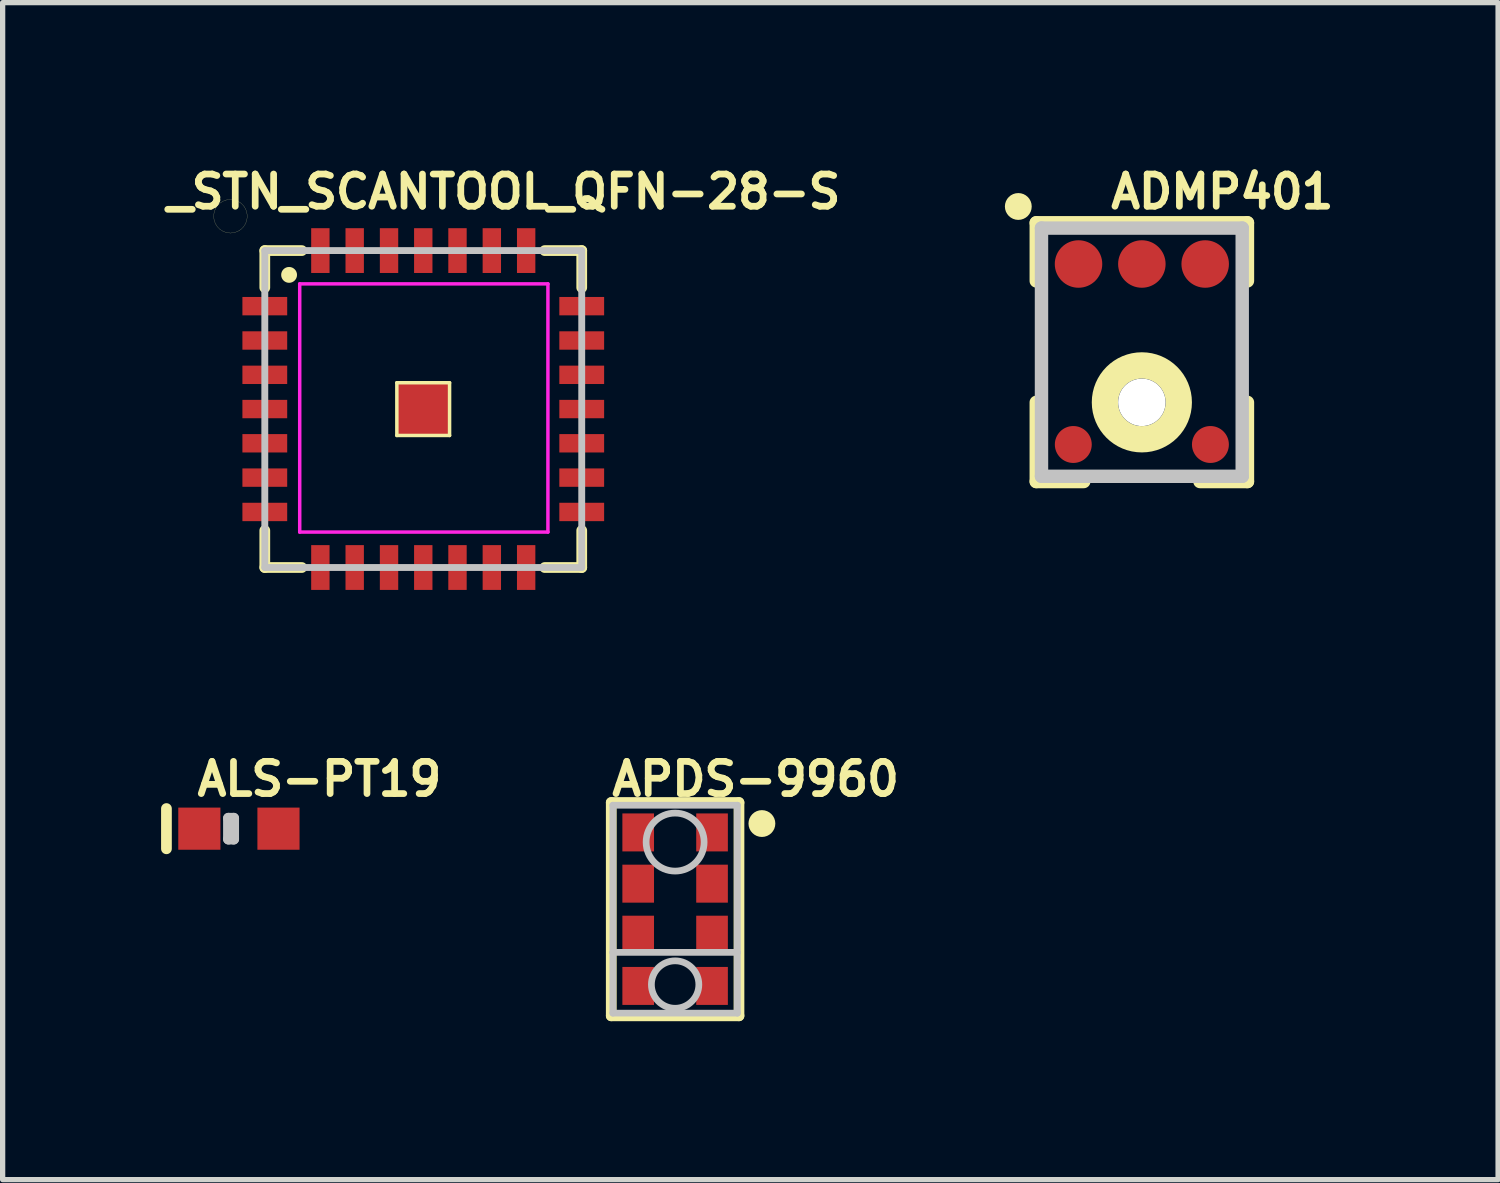
<source format=kicad_pcb>
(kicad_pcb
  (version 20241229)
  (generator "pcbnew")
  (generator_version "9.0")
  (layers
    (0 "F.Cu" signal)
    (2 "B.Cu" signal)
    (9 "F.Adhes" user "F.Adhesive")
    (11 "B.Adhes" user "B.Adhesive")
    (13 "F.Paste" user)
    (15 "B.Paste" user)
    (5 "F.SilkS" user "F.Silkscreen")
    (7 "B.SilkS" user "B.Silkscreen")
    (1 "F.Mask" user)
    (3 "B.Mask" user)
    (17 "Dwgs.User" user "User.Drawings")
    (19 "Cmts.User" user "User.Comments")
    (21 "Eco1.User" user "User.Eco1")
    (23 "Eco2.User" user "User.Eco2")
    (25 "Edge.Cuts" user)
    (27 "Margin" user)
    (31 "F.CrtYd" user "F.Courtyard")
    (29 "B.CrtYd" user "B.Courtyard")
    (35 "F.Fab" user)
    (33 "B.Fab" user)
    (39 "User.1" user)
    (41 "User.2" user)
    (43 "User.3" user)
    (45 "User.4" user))
  (footprint "ADMP401"
    (layer "F.Cu")
    (at 18.567 4.567)
    (property "Reference" "ADMP401" (at 1.524 -3.988 0) (layer "F.SilkS") (effects (font (size 0.61 0.61) (thickness 0.127))))
    (attr smd)
    (fp_circle (center 0 0) (end 0 -0.699) (stroke (width 0.3) (type solid)) (fill no) (layer "F.Cu"))
    (fp_line (start -1.999 -3.399) (end 1.999 -3.399) (stroke (width 0.254) (type solid)) (layer "F.SilkS"))
    (fp_line (start -1.999 -2.299) (end -1.999 -3.399) (stroke (width 0.254) (type solid)) (layer "F.SilkS"))
    (fp_line (start -1.999 0) (end -1.999 1.499) (stroke (width 0.254) (type solid)) (layer "F.SilkS"))
    (fp_line (start -1.999 1.499) (end -1.1 1.499) (stroke (width 0.254) (type solid)) (layer "F.SilkS"))
    (fp_line (start 1.1 1.499) (end 1.999 1.499) (stroke (width 0.254) (type solid)) (layer "F.SilkS"))
    (fp_line (start 1.999 -3.399) (end 1.999 -2.299) (stroke (width 0.254) (type solid)) (layer "F.SilkS"))
    (fp_line (start 1.999 1.499) (end 1.999 0) (stroke (width 0.254) (type solid)) (layer "F.SilkS"))
    (fp_arc (start -0.6731 -0.18288) (mid -0.492707 -0.491859) (end -0.186743 -0.677319) (stroke (width 0.29972) (type solid)) (layer "F.SilkS"))
    (fp_arc (start -0.18288 0.6731) (mid -0.491859 0.492707) (end -0.677319 0.186743) (stroke (width 0.29972) (type solid)) (layer "F.SilkS"))
    (fp_arc (start 0.18288 -0.6731) (mid 0.491859 -0.492707) (end 0.677319 -0.186743) (stroke (width 0.29972) (type solid)) (layer "F.SilkS"))
    (fp_arc (start 0.6731 0.18288) (mid 0.492707 0.491859) (end 0.186743 0.677319) (stroke (width 0.29972) (type solid)) (layer "F.SilkS"))
    (fp_circle (center -2.339 -3.708) (end -2.339 -3.962) (stroke (width 0) (type solid)) (fill yes) (layer "F.SilkS"))
    (fp_circle (center 0 0) (end 0 -0.699) (stroke (width 0.498) (type solid)) (fill no) (layer "F.SilkS"))
    (fp_line (start -1.9 -3.299) (end -1.9 1.4) (stroke (width 0.254) (type solid)) (layer "Dwgs.User"))
    (fp_line (start -1.9 1.4) (end 1.9 1.4) (stroke (width 0.254) (type solid)) (layer "Dwgs.User"))
    (fp_line (start 1.9 -3.299) (end -1.9 -3.299) (stroke (width 0.254) (type solid)) (layer "Dwgs.User"))
    (fp_line (start 1.9 1.4) (end 1.9 -3.299) (stroke (width 0.254) (type solid)) (layer "Dwgs.User"))
    (pad "" np_thru_hole circle (at 0 0) (size 0.899 0.899) (drill 0.899) (layers "*.Cu" "*.Mask"))
    (pad "1" smd circle (at -1.199 -2.619) (size 0.899 0.899) (layers "F.Cu" "F.Mask" "F.Paste"))
    (pad "2" smd circle (at 1.298 0.798) (size 0.699 0.699) (layers "F.Cu" "F.Mask" "F.Paste"))
    (pad "4" smd circle (at -1.298 0.798) (size 0.699 0.699) (layers "F.Cu" "F.Mask" "F.Paste"))
    (pad "5" smd circle (at 1.199 -2.619) (size 0.899 0.899) (layers "F.Cu" "F.Mask" "F.Paste"))
    (pad "6" smd circle (at 0 -2.619) (size 0.899 0.899) (layers "F.Cu" "F.Mask" "F.Paste")))
  (footprint "ALS-PT19"
    (layer "F.Cu")
    (at 1.473 12.638)
    (property "Reference" "ALS-PT19" (at 1.524 -0.94 0) (layer "F.SilkS") (effects (font (size 0.61 0.61) (thickness 0.127))))
    (attr smd)
    (fp_line (start -1.372 -0.381) (end -1.372 0.381) (stroke (width 0.203) (type solid)) (layer "F.SilkS"))
    (fp_line (start -0.198 -0.198) (end -0.198 0.198) (stroke (width 0.203) (type solid)) (layer "Dwgs.User"))
    (fp_line (start -0.099 -0.198) (end -0.198 -0.198) (stroke (width 0.203) (type solid)) (layer "Dwgs.User"))
    (fp_line (start -0.099 -0.198) (end -0.099 0.198) (stroke (width 0.203) (type solid)) (layer "Dwgs.User"))
    (fp_line (start -0.099 0.198) (end -0.198 0.198) (stroke (width 0.203) (type solid)) (layer "Dwgs.User"))
    (pad "C" smd rect (at -0.749 0) (size 0.798 0.798) (layers "F.Cu" "F.Mask" "F.Paste"))
    (pad "E" smd rect (at 0.749 0) (size 0.798 0.798) (layers "F.Cu" "F.Mask" "F.Paste")))
  (footprint "APDS-9960"
    (layer "F.Cu")
    (at 9.731 14.162)
    (property "Reference" "APDS-9960" (at 1.524 -2.464 0) (layer "F.SilkS") (effects (font (size 0.61 0.61) (thickness 0.127))))
    (attr smd)
    (fp_line (start -1.209 -2.019) (end -1.209 2.019) (stroke (width 0.203) (type solid)) (layer "F.SilkS"))
    (fp_line (start -1.209 -2.019) (end 1.209 -2.019) (stroke (width 0.203) (type solid)) (layer "F.SilkS"))
    (fp_line (start -1.209 2.019) (end 1.209 2.019) (stroke (width 0.203) (type solid)) (layer "F.SilkS"))
    (fp_line (start 1.209 -2.019) (end 1.209 2.019) (stroke (width 0.203) (type solid)) (layer "F.SilkS"))
    (fp_circle (center 1.643 -1.621) (end 1.643 -1.875) (stroke (width 0) (type solid)) (fill yes) (layer "F.SilkS"))
    (fp_line (start -1.179 -1.968) (end -1.179 0.818) (stroke (width 0.127) (type solid)) (layer "Dwgs.User"))
    (fp_line (start -1.179 -1.968) (end 1.179 -1.968) (stroke (width 0.127) (type solid)) (layer "Dwgs.User"))
    (fp_line (start -1.179 0.818) (end -1.179 1.968) (stroke (width 0.127) (type solid)) (layer "Dwgs.User"))
    (fp_line (start -1.179 0.818) (end 1.179 0.818) (stroke (width 0.127) (type solid)) (layer "Dwgs.User"))
    (fp_line (start -1.179 1.968) (end 1.179 1.968) (stroke (width 0.127) (type solid)) (layer "Dwgs.User"))
    (fp_line (start 1.179 -1.968) (end 1.179 0.818) (stroke (width 0.127) (type solid)) (layer "Dwgs.User"))
    (fp_line (start 1.179 0.818) (end 1.179 1.968) (stroke (width 0.127) (type solid)) (layer "Dwgs.User"))
    (fp_circle (center 0 -1.27) (end 0 -1.819) (stroke (width 0.127) (type solid)) (fill no) (layer "Dwgs.User"))
    (fp_circle (center 0 1.427) (end 0 0.978) (stroke (width 0.127) (type solid)) (fill no) (layer "Dwgs.User"))
    (pad "1" smd rect (at 0.699 -1.453) (size 0.599 0.719) (layers "F.Cu" "F.Mask" "F.Paste"))
    (pad "2" smd rect (at 0.699 -0.483) (size 0.599 0.719) (layers "F.Cu" "F.Mask" "F.Paste"))
    (pad "3" smd rect (at 0.699 0.483) (size 0.599 0.719) (layers "F.Cu" "F.Mask" "F.Paste"))
    (pad "4" smd rect (at 0.699 1.453) (size 0.599 0.719) (layers "F.Cu" "F.Mask" "F.Paste"))
    (pad "5" smd rect (at -0.699 1.453) (size 0.599 0.719) (layers "F.Cu" "F.Mask" "F.Paste"))
    (pad "6" smd rect (at -0.699 0.483) (size 0.599 0.719) (layers "F.Cu" "F.Mask" "F.Paste"))
    (pad "7" smd rect (at -0.699 -0.483) (size 0.599 0.719) (layers "F.Cu" "F.Mask" "F.Paste"))
    (pad "8" smd rect (at -0.699 -1.453) (size 0.599 0.719) (layers "F.Cu" "F.Mask" "F.Paste")))
  (footprint "_STN_SCANTOOL_QFN-28-S"
    (layer "F.Cu")
    (at 4.963 4.694)
    (property "Reference" "_STN_SCANTOOL_QFN-28-S" (at 1.524 -4.115 0) (layer "F.SilkS") (effects (font (size 0.61 0.61) (thickness 0.127))))
    (attr smd)
    (fp_line (start -3.967 -3.65) (end -3.96 -3.579) (stroke (width 0.003) (type solid)) (layer "F.SilkS"))
    (fp_line (start -3.96 -3.721) (end -3.967 -3.65) (stroke (width 0.003) (type solid)) (layer "F.SilkS"))
    (fp_line (start -3.96 -3.579) (end -3.937 -3.513) (stroke (width 0.003) (type solid)) (layer "F.SilkS"))
    (fp_line (start -3.937 -3.787) (end -3.96 -3.721) (stroke (width 0.003) (type solid)) (layer "F.SilkS"))
    (fp_line (start -3.937 -3.513) (end -3.899 -3.452) (stroke (width 0.003) (type solid)) (layer "F.SilkS"))
    (fp_line (start -3.899 -3.848) (end -3.937 -3.787) (stroke (width 0.003) (type solid)) (layer "F.SilkS"))
    (fp_line (start -3.899 -3.452) (end -3.848 -3.401) (stroke (width 0.003) (type solid)) (layer "F.SilkS"))
    (fp_line (start -3.848 -3.899) (end -3.899 -3.848) (stroke (width 0.003) (type solid)) (layer "F.SilkS"))
    (fp_line (start -3.848 -3.401) (end -3.787 -3.363) (stroke (width 0.003) (type solid)) (layer "F.SilkS"))
    (fp_line (start -3.787 -3.937) (end -3.848 -3.899) (stroke (width 0.003) (type solid)) (layer "F.SilkS"))
    (fp_line (start -3.787 -3.363) (end -3.721 -3.34) (stroke (width 0.003) (type solid)) (layer "F.SilkS"))
    (fp_line (start -3.721 -3.96) (end -3.787 -3.937) (stroke (width 0.003) (type solid)) (layer "F.SilkS"))
    (fp_line (start -3.721 -3.34) (end -3.65 -3.332) (stroke (width 0.003) (type solid)) (layer "F.SilkS"))
    (fp_line (start -3.65 -3.967) (end -3.721 -3.96) (stroke (width 0.003) (type solid)) (layer "F.SilkS"))
    (fp_line (start -3.65 -3.332) (end -3.579 -3.34) (stroke (width 0.003) (type solid)) (layer "F.SilkS"))
    (fp_line (start -3.579 -3.96) (end -3.65 -3.967) (stroke (width 0.003) (type solid)) (layer "F.SilkS"))
    (fp_line (start -3.579 -3.34) (end -3.513 -3.363) (stroke (width 0.003) (type solid)) (layer "F.SilkS"))
    (fp_line (start -3.513 -3.937) (end -3.579 -3.96) (stroke (width 0.003) (type solid)) (layer "F.SilkS"))
    (fp_line (start -3.513 -3.363) (end -3.452 -3.401) (stroke (width 0.003) (type solid)) (layer "F.SilkS"))
    (fp_line (start -3.452 -3.899) (end -3.513 -3.937) (stroke (width 0.003) (type solid)) (layer "F.SilkS"))
    (fp_line (start -3.452 -3.401) (end -3.401 -3.452) (stroke (width 0.003) (type solid)) (layer "F.SilkS"))
    (fp_line (start -3.401 -3.848) (end -3.452 -3.899) (stroke (width 0.003) (type solid)) (layer "F.SilkS"))
    (fp_line (start -3.401 -3.452) (end -3.363 -3.513) (stroke (width 0.003) (type solid)) (layer "F.SilkS"))
    (fp_line (start -3.363 -3.787) (end -3.401 -3.848) (stroke (width 0.003) (type solid)) (layer "F.SilkS"))
    (fp_line (start -3.363 -3.513) (end -3.34 -3.579) (stroke (width 0.003) (type solid)) (layer "F.SilkS"))
    (fp_line (start -3.34 -3.721) (end -3.363 -3.787) (stroke (width 0.003) (type solid)) (layer "F.SilkS"))
    (fp_line (start -3.34 -3.579) (end -3.332 -3.65) (stroke (width 0.003) (type solid)) (layer "F.SilkS"))
    (fp_line (start -3.332 -3.65) (end -3.34 -3.721) (stroke (width 0.003) (type solid)) (layer "F.SilkS"))
    (fp_line (start -3 -3) (end -2.299 -3) (stroke (width 0.203) (type solid)) (layer "F.SilkS"))
    (fp_line (start -3 -2.299) (end -3 -3) (stroke (width 0.203) (type solid)) (layer "F.SilkS"))
    (fp_line (start -3 3) (end -3 2.299) (stroke (width 0.203) (type solid)) (layer "F.SilkS"))
    (fp_line (start -2.299 3) (end -3 3) (stroke (width 0.203) (type solid)) (layer "F.SilkS"))
    (fp_line (start -0.5 -0.498) (end 0.498 -0.498) (stroke (width 0.066) (type solid)) (layer "F.SilkS"))
    (fp_line (start -0.5 0.5) (end -0.5 -0.498) (stroke (width 0.066) (type solid)) (layer "F.SilkS"))
    (fp_line (start -0.5 0.5) (end 0.498 0.5) (stroke (width 0.066) (type solid)) (layer "F.SilkS"))
    (fp_line (start 0.498 0.5) (end 0.498 -0.498) (stroke (width 0.066) (type solid)) (layer "F.SilkS"))
    (fp_line (start 2.299 -3) (end 3 -3) (stroke (width 0.203) (type solid)) (layer "F.SilkS"))
    (fp_line (start 3 -3) (end 3 -2.299) (stroke (width 0.203) (type solid)) (layer "F.SilkS"))
    (fp_line (start 3 2.299) (end 3 3) (stroke (width 0.203) (type solid)) (layer "F.SilkS"))
    (fp_line (start 3 3) (end 2.299 3) (stroke (width 0.203) (type solid)) (layer "F.SilkS"))
    (fp_circle (center -2.54 -2.54) (end -2.54 -2.69) (stroke (width 0) (type solid)) (fill yes) (layer "F.SilkS"))
    (fp_line (start -3 -3) (end -3 3) (stroke (width 0.13) (type solid)) (layer "Dwgs.User"))
    (fp_line (start -3 3) (end 3 3) (stroke (width 0.13) (type solid)) (layer "Dwgs.User"))
    (fp_line (start 3 -3) (end -3 -3) (stroke (width 0.13) (type solid)) (layer "Dwgs.User"))
    (fp_line (start 3 3) (end 3 -3) (stroke (width 0.13) (type solid)) (layer "Dwgs.User"))
    (fp_line (start -2.339 -2.37) (end 2.36 -2.37) (stroke (width 0.066) (type solid)) (layer "F.CrtYd"))
    (fp_line (start -2.339 2.329) (end -2.339 -2.37) (stroke (width 0.066) (type solid)) (layer "F.CrtYd"))
    (fp_line (start -2.339 2.329) (end 2.36 2.329) (stroke (width 0.066) (type solid)) (layer "F.CrtYd"))
    (fp_line (start 2.36 2.329) (end 2.36 -2.37) (stroke (width 0.066) (type solid)) (layer "F.CrtYd"))
    (pad "1" smd rect (at -3 -1.948) (size 0.848 0.348) (layers "F.Cu" "F.Mask" "F.Paste"))
    (pad "2" smd rect (at -3 -1.298) (size 0.848 0.348) (layers "F.Cu" "F.Mask" "F.Paste"))
    (pad "3" smd rect (at -3 -0.648) (size 0.848 0.348) (layers "F.Cu" "F.Mask" "F.Paste"))
    (pad "4" smd rect (at -3 0) (size 0.848 0.348) (layers "F.Cu" "F.Mask" "F.Paste"))
    (pad "5" smd rect (at -3 0.648) (size 0.848 0.348) (layers "F.Cu" "F.Mask" "F.Paste"))
    (pad "6" smd rect (at -3 1.298) (size 0.848 0.348) (layers "F.Cu" "F.Mask" "F.Paste"))
    (pad "7" smd rect (at -3 1.948) (size 0.848 0.348) (layers "F.Cu" "F.Mask" "F.Paste"))
    (pad "8" smd rect (at -1.948 3) (size 0.348 0.848) (layers "F.Cu" "F.Mask" "F.Paste"))
    (pad "9" smd rect (at -1.298 3) (size 0.348 0.848) (layers "F.Cu" "F.Mask" "F.Paste"))
    (pad "10" smd rect (at -0.648 3) (size 0.348 0.848) (layers "F.Cu" "F.Mask" "F.Paste"))
    (pad "11" smd rect (at 0 3) (size 0.348 0.848) (layers "F.Cu" "F.Mask" "F.Paste"))
    (pad "12" smd rect (at 0.648 3) (size 0.348 0.848) (layers "F.Cu" "F.Mask" "F.Paste"))
    (pad "13" smd rect (at 1.298 3) (size 0.348 0.848) (layers "F.Cu" "F.Mask" "F.Paste"))
    (pad "14" smd rect (at 1.948 3) (size 0.348 0.848) (layers "F.Cu" "F.Mask" "F.Paste"))
    (pad "15" smd rect (at 3 1.948) (size 0.848 0.348) (layers "F.Cu" "F.Mask" "F.Paste"))
    (pad "16" smd rect (at 3 1.298) (size 0.848 0.348) (layers "F.Cu" "F.Mask" "F.Paste"))
    (pad "17" smd rect (at 3 0.648) (size 0.848 0.348) (layers "F.Cu" "F.Mask" "F.Paste"))
    (pad "18" smd rect (at 3 0) (size 0.848 0.348) (layers "F.Cu" "F.Mask" "F.Paste"))
    (pad "19" smd rect (at 3 -0.648) (size 0.848 0.348) (layers "F.Cu" "F.Mask" "F.Paste"))
    (pad "20" smd rect (at 3 -1.298) (size 0.848 0.348) (layers "F.Cu" "F.Mask" "F.Paste"))
    (pad "21" smd rect (at 3 -1.948) (size 0.848 0.348) (layers "F.Cu" "F.Mask" "F.Paste"))
    (pad "22" smd rect (at 1.948 -3) (size 0.348 0.848) (layers "F.Cu" "F.Mask" "F.Paste"))
    (pad "23" smd rect (at 1.298 -3) (size 0.348 0.848) (layers "F.Cu" "F.Mask" "F.Paste"))
    (pad "24" smd rect (at 0.648 -3) (size 0.348 0.848) (layers "F.Cu" "F.Mask" "F.Paste"))
    (pad "25" smd rect (at 0 -3) (size 0.348 0.848) (layers "F.Cu" "F.Mask" "F.Paste"))
    (pad "26" smd rect (at -0.648 -3) (size 0.348 0.848) (layers "F.Cu" "F.Mask" "F.Paste"))
    (pad "27" smd rect (at -1.298 -3) (size 0.348 0.848) (layers "F.Cu" "F.Mask" "F.Paste"))
    (pad "28" smd rect (at -1.948 -3) (size 0.348 0.848) (layers "F.Cu" "F.Mask" "F.Paste"))
    (pad "EXP" smd rect (at 0 0) (size 0.998 0.998) (layers "F.Cu" "F.Mask" "F.Paste")))
  (gr_rect
    (start -3 -3)
    (end 25.311 19.282)
    (stroke (width 0.1) (type default))
    (fill no)
    (layer "Edge.Cuts")))
</source>
